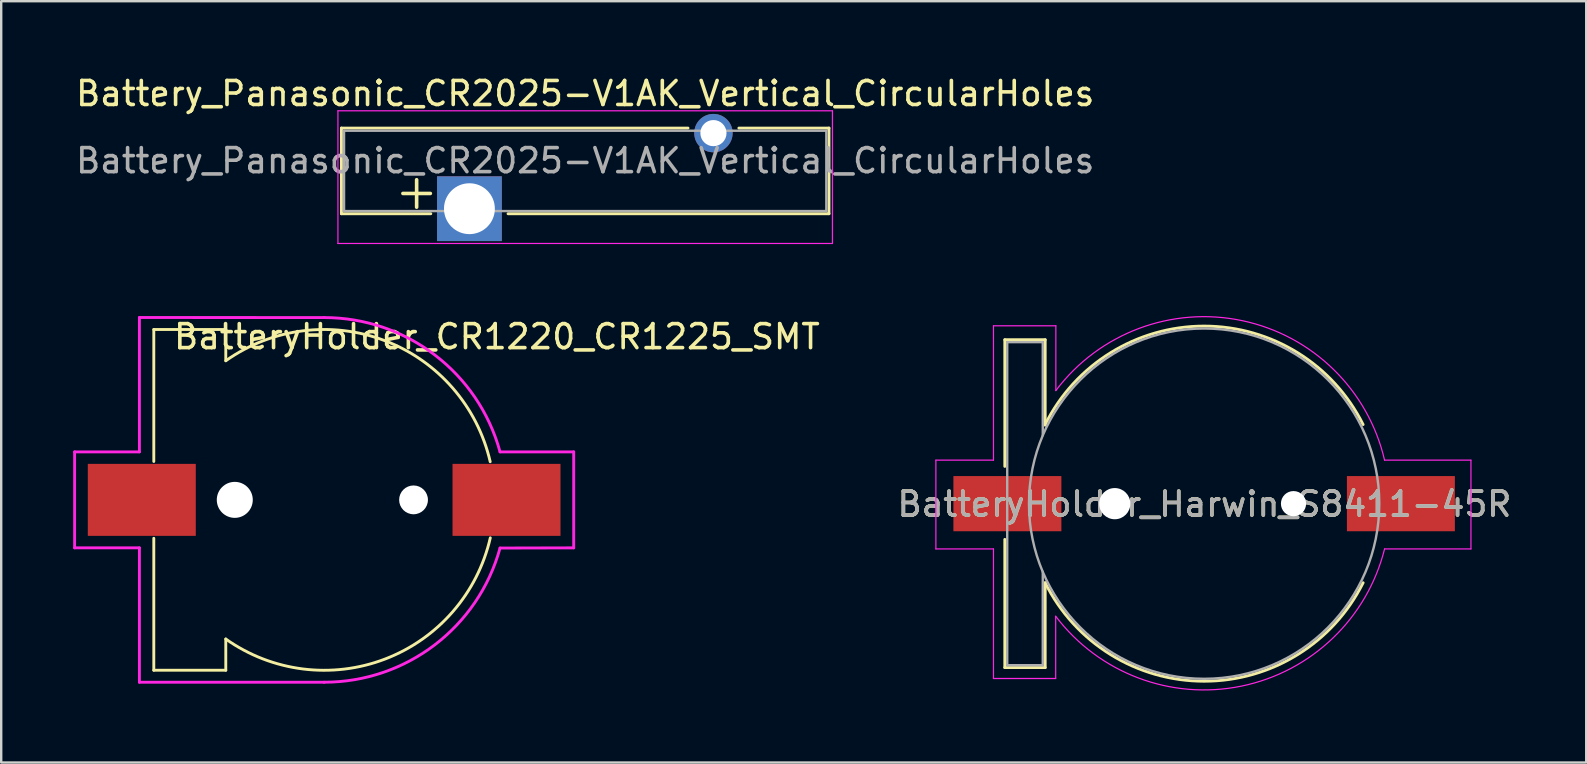
<source format=kicad_pcb>
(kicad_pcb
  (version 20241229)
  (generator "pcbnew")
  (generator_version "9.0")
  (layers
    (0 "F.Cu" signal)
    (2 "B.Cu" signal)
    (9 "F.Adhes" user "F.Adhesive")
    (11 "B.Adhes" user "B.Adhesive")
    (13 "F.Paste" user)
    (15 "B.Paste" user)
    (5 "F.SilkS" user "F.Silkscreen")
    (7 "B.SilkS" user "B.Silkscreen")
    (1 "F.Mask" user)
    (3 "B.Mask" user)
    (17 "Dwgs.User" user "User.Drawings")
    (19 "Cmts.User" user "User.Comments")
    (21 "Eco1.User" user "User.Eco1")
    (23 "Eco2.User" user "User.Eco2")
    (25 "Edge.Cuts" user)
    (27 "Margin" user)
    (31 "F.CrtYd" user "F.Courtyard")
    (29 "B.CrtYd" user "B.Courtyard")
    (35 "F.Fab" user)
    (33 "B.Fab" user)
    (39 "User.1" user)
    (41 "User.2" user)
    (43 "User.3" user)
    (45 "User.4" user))
  (footprint "BatteryHolder_Harwin_S8411-45R"
    (layer "F.Cu")
    (at 47.122 17.921)
    (property "Reference" "BatteryHolder_Harwin_S8411-45R" (at 0.026 0.04 0) (unlocked yes) (layer "F.SilkS") (effects (font (size 1 1) (thickness 0.15))))
    (attr smd)
    (fp_line (start -8.294 -6.812) (end -8.294 -1.533) (stroke (width 0.12) (type solid)) (layer "F.SilkS"))
    (fp_line (start -8.294 -6.812) (end -6.612 -6.812) (stroke (width 0.12) (type solid)) (layer "F.SilkS"))
    (fp_line (start -8.294 6.852) (end -8.294 1.51) (stroke (width 0.12) (type solid)) (layer "F.SilkS"))
    (fp_line (start -8.294 6.852) (end -6.612 6.852) (stroke (width 0.12) (type solid)) (layer "F.SilkS"))
    (fp_line (start -6.612 -6.812) (end -6.612 -3.25) (stroke (width 0.12) (type solid)) (layer "F.SilkS"))
    (fp_line (start -6.612 6.852) (end -6.612 3.316) (stroke (width 0.12) (type solid)) (layer "F.SilkS"))
    (fp_arc (start -6.612653 -3.275295) (mid 0.012251 -7.379998) (end 6.63813 -3.27687) (stroke (width 0.12) (type solid)) (layer "F.SilkS"))
    (fp_arc (start 6.638921 3.315279) (mid 0.014018 7.419993) (end -6.61187 3.31687) (stroke (width 0.12) (type solid)) (layer "F.SilkS"))
    (fp_line (start -11.167 -1.793) (end -8.767 -1.793) (stroke (width 0.05) (type solid)) (layer "F.CrtYd"))
    (fp_line (start -11.167 1.907) (end -11.167 -1.793) (stroke (width 0.05) (type solid)) (layer "F.CrtYd"))
    (fp_line (start -8.767 -7.393) (end -6.167 -7.393) (stroke (width 0.05) (type solid)) (layer "F.CrtYd"))
    (fp_line (start -8.767 -1.793) (end -8.767 -7.393) (stroke (width 0.05) (type solid)) (layer "F.CrtYd"))
    (fp_line (start -8.767 1.907) (end -11.167 1.907) (stroke (width 0.05) (type solid)) (layer "F.CrtYd"))
    (fp_line (start -8.767 7.307) (end -8.767 1.907) (stroke (width 0.05) (type solid)) (layer "F.CrtYd"))
    (fp_line (start -6.174 4.712) (end -6.174 7.307) (stroke (width 0.05) (type solid)) (layer "F.CrtYd"))
    (fp_line (start -6.174 7.307) (end -8.767 7.307) (stroke (width 0.05) (type solid)) (layer "F.CrtYd"))
    (fp_line (start -6.167 -7.393) (end -6.167 -4.693) (stroke (width 0.05) (type solid)) (layer "F.CrtYd"))
    (fp_line (start 7.533 -1.793) (end 11.133 -1.793) (stroke (width 0.05) (type solid)) (layer "F.CrtYd"))
    (fp_line (start 11.133 -1.793) (end 11.133 1.907) (stroke (width 0.05) (type solid)) (layer "F.CrtYd"))
    (fp_line (start 11.133 1.907) (end 7.533 1.907) (stroke (width 0.05) (type solid)) (layer "F.CrtYd"))
    (fp_arc (start -6.16687 -4.69313) (mid 1.6066 -7.605729) (end 7.53313 -1.79313) (stroke (width 0.05) (type solid)) (layer "F.CrtYd"))
    (fp_arc (start 7.53313 1.90687) (mid 1.563098 7.62555) (end -6.173523 4.711914) (stroke (width 0.05) (type solid)) (layer "F.CrtYd"))
    (fp_line (start -8.194 -6.712) (end -8.194 6.752) (stroke (width 0.1) (type solid)) (layer "F.Fab"))
    (fp_line (start -8.194 6.752) (end -6.712 6.752) (stroke (width 0.1) (type solid)) (layer "F.Fab"))
    (fp_line (start -6.712 -6.712) (end -8.194 -6.712) (stroke (width 0.1) (type solid)) (layer "F.Fab"))
    (fp_line (start -6.712 -2.828) (end -6.712 -6.712) (stroke (width 0.1) (type solid)) (layer "F.Fab"))
    (fp_line (start -6.712 6.752) (end -6.712 2.857) (stroke (width 0.1) (type solid)) (layer "F.Fab"))
    (fp_circle (center 0.013 0.02) (end 0.013 7.32) (stroke (width 0.1) (type solid)) (fill no) (layer "F.Fab"))
    (fp_text user "${REFERENCE}" (at 0.026 0.04 0) (unlocked yes) (layer "F.Fab") (effects (font (size 1 1) (thickness 0.15))))
    (pad "" np_thru_hole circle (at -3.712 0.02 270) (size 1.3 1.3) (drill 1.3) (layers "*.Cu" "*.Mask"))
    (pad "" np_thru_hole circle (at 3.738 0.02 270) (size 1.05 1.05) (drill 1.05) (layers "*.Cu" "*.Mask"))
    (pad "1" smd rect (at -8.187 0.02 270) (size 2.3 4.5) (layers "F.Cu" "F.Mask" "F.Paste"))
    (pad "2" smd rect (at 8.213 0.02 270) (size 2.3 4.5) (layers "F.Cu" "F.Mask" "F.Paste")))
  (footprint "BatteryHolder_CR1220_CR1225_SMT"
    (layer "F.Cu")
    (at 10.46 17.783)
    (property "Reference" "BatteryHolder_CR1220_CR1225_SMT" (at 7.2 -6.8 0) (layer "F.SilkS") (effects (font (size 1 1) (thickness 0.15))))
    (attr smd)
    (fp_line (start -7.1 -1.6) (end -7.1 -7.1) (stroke (width 0.12) (type solid)) (layer "F.SilkS"))
    (fp_line (start -7.1 1.6) (end -7.1 7.1) (stroke (width 0.12) (type solid)) (layer "F.SilkS"))
    (fp_line (start -7.1 7.1) (end -4.1 7.1) (stroke (width 0.12) (type solid)) (layer "F.SilkS"))
    (fp_line (start -4.1 -7.1) (end -7.1 -7.1) (stroke (width 0.12) (type solid)) (layer "F.SilkS"))
    (fp_line (start -4.1 -5.8) (end -4.1 -7.1) (stroke (width 0.12) (type solid)) (layer "F.SilkS"))
    (fp_line (start -4.1 5.8) (end -4.1 7.1) (stroke (width 0.12) (type solid)) (layer "F.SilkS"))
    (fp_arc (start -4.098556 -5.797958) (mid 2.533153 -6.63307) (end 6.919999 -1.589999) (stroke (width 0.12) (type solid)) (layer "F.SilkS"))
    (fp_arc (start 6.92424 1.582683) (mid 2.537819 6.633963) (end -4.099999 5.799999) (stroke (width 0.12) (type solid)) (layer "F.SilkS"))
    (fp_line (start -10.4 2) (end -10.4 -2) (stroke (width 0.12) (type solid)) (layer "F.CrtYd"))
    (fp_line (start -7.7 -7.6) (end -7.7 -2) (stroke (width 0.12) (type solid)) (layer "F.CrtYd"))
    (fp_line (start -7.7 -7.6) (end 0.000001 -7.598) (stroke (width 0.12) (type solid)) (layer "F.CrtYd"))
    (fp_line (start -7.7 -2) (end -10.4 -2) (stroke (width 0.12) (type solid)) (layer "F.CrtYd"))
    (fp_line (start -7.7 2) (end -10.4 2) (stroke (width 0.12) (type solid)) (layer "F.CrtYd"))
    (fp_line (start -7.7 2) (end -7.7 7.6) (stroke (width 0.12) (type solid)) (layer "F.CrtYd"))
    (fp_line (start 0 7.6) (end -7.7 7.6) (stroke (width 0.12) (type solid)) (layer "F.CrtYd"))
    (fp_line (start 10.4 -2) (end 7.33 -2) (stroke (width 0.12) (type solid)) (layer "F.CrtYd"))
    (fp_line (start 10.4 2) (end 7.33 2.008) (stroke (width 0.12) (type solid)) (layer "F.CrtYd"))
    (fp_line (start 10.4 2) (end 10.4 -2) (stroke (width 0.12) (type solid)) (layer "F.CrtYd"))
    (fp_arc (start 0.000001 -7.597952) (mid 4.611561 -6.038409) (end 7.329999 -1.999999) (stroke (width 0.12) (type solid)) (layer "F.CrtYd"))
    (fp_arc (start 7.329883 2.008187) (mid 4.609652 6.042442) (end 0 7.6) (stroke (width 0.12) (type solid)) (layer "F.CrtYd"))
    (pad "" np_thru_hole circle (at -3.725 0) (size 1.5 1.5) (drill 1.5) (layers "*.Cu" "*.Mask"))
    (pad "" np_thru_hole circle (at 3.725 0) (size 1.2 1.2) (drill 1.2) (layers "*.Cu" "*.Mask"))
    (pad "1" smd rect (at -7.6 0) (size 4.5 3) (layers "F.Cu" "F.Mask" "F.Paste"))
    (pad "2" smd rect (at 7.6 0) (size 4.5 3) (layers "F.Cu" "F.Mask" "F.Paste")))
  (footprint "Battery_Panasonic_CR2025-V1AK_Vertical_CircularHoles"
    (layer "F.Cu")
    (at 16.514 5.648)
    (property "Reference" "Battery_Panasonic_CR2025-V1AK_Vertical_CircularHoles" (at 4.825 -4.8 0) (layer "F.SilkS") (effects (font (size 1 1) (thickness 0.15))))
    (attr through_hole)
    (fp_line (start -5.335 -3.36) (end -5.335 0.21) (stroke (width 0.12) (type solid)) (layer "F.SilkS"))
    (fp_line (start -5.335 -3.36) (end 9.11 -3.36) (stroke (width 0.12) (type solid)) (layer "F.SilkS"))
    (fp_line (start -5.335 0.21) (end -1.61 0.21) (stroke (width 0.12) (type solid)) (layer "F.SilkS"))
    (fp_line (start 1.61 0.21) (end 14.985 0.21) (stroke (width 0.12) (type solid)) (layer "F.SilkS"))
    (fp_line (start 11.23 -3.36) (end 14.985 -3.36) (stroke (width 0.12) (type solid)) (layer "F.SilkS"))
    (fp_line (start 14.985 -3.36) (end 14.985 0.21) (stroke (width 0.12) (type solid)) (layer "F.SilkS"))
    (fp_line (start -5.48 -4.08) (end -5.48 1.45) (stroke (width 0.05) (type solid)) (layer "F.CrtYd"))
    (fp_line (start -5.48 -4.08) (end 15.13 -4.08) (stroke (width 0.05) (type solid)) (layer "F.CrtYd"))
    (fp_line (start -5.48 1.45) (end 15.13 1.45) (stroke (width 0.05) (type solid)) (layer "F.CrtYd"))
    (fp_line (start 15.13 -4.08) (end 15.13 1.45) (stroke (width 0.05) (type solid)) (layer "F.CrtYd"))
    (fp_line (start -5.225 -3.25) (end -5.225 0.1) (stroke (width 0.1) (type solid)) (layer "F.Fab"))
    (fp_line (start -5.225 -3.25) (end 14.875 -3.25) (stroke (width 0.1) (type solid)) (layer "F.Fab"))
    (fp_line (start -5.225 0.1) (end 14.875 0.1) (stroke (width 0.1) (type solid)) (layer "F.Fab"))
    (fp_line (start 14.875 -3.25) (end 14.875 0.1) (stroke (width 0.1) (type solid)) (layer "F.Fab"))
    (fp_text user "+" (at -2.2 -0.75 0) (layer "F.SilkS") (effects (font (size 1.5 1.5) (thickness 0.15))))
    (fp_text user "${REFERENCE}" (at 4.825 -2 180) (layer "F.Fab") (effects (font (size 1 1) (thickness 0.15))))
    (pad "1" thru_hole rect (at 0 0 90) (size 2.7 2.7) (drill 2.12) (layers "*.Cu" "*.Mask"))
    (pad "2" thru_hole circle (at 10.17 -3.15) (size 1.6 1.6) (drill 1.09) (layers "*.Cu" "*.Mask")))
  (gr_rect
    (start -3 -3)
    (end 63.059 28.73)
    (stroke (width 0.1) (type default))
    (fill no)
    (layer "Edge.Cuts")))
</source>
